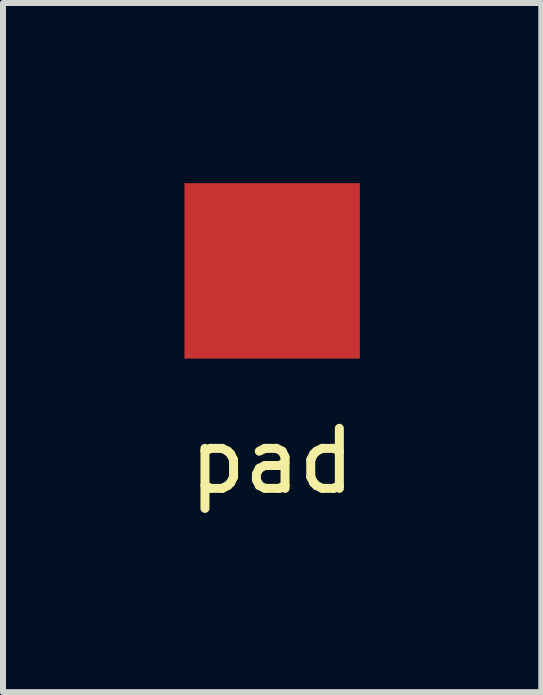
<source format=kicad_pcb>
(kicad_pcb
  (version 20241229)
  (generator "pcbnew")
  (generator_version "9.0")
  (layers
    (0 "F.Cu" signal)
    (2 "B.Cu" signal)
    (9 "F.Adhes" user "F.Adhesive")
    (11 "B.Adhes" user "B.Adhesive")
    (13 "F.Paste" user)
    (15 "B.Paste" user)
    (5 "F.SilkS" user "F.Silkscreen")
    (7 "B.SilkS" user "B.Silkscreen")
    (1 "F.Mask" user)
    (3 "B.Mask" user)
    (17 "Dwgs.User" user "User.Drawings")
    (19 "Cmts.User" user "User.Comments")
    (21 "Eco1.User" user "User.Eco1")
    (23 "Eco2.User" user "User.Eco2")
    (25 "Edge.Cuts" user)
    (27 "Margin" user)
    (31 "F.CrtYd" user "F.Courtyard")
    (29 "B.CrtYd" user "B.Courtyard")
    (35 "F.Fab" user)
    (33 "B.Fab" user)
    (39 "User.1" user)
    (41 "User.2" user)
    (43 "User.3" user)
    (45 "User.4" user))
  (footprint "pad"
    (layer "F.Cu")
    (at 1.482 4.128)
    (property "Reference" "pad" (at 0 0.5 0) (layer "F.SilkS") (effects (font (size 1 1) (thickness 0.15))))
    (attr through_hole)
    (pad "1" smd rect (at 0 -2.667) (size 2.921 2.921) (layers "F.Cu" "F.Mask" "F.Paste")))
  (gr_rect
    (start -3 -3)
    (end 5.964 8.476)
    (stroke (width 0.1) (type default))
    (fill no)
    (layer "Edge.Cuts")))
</source>
